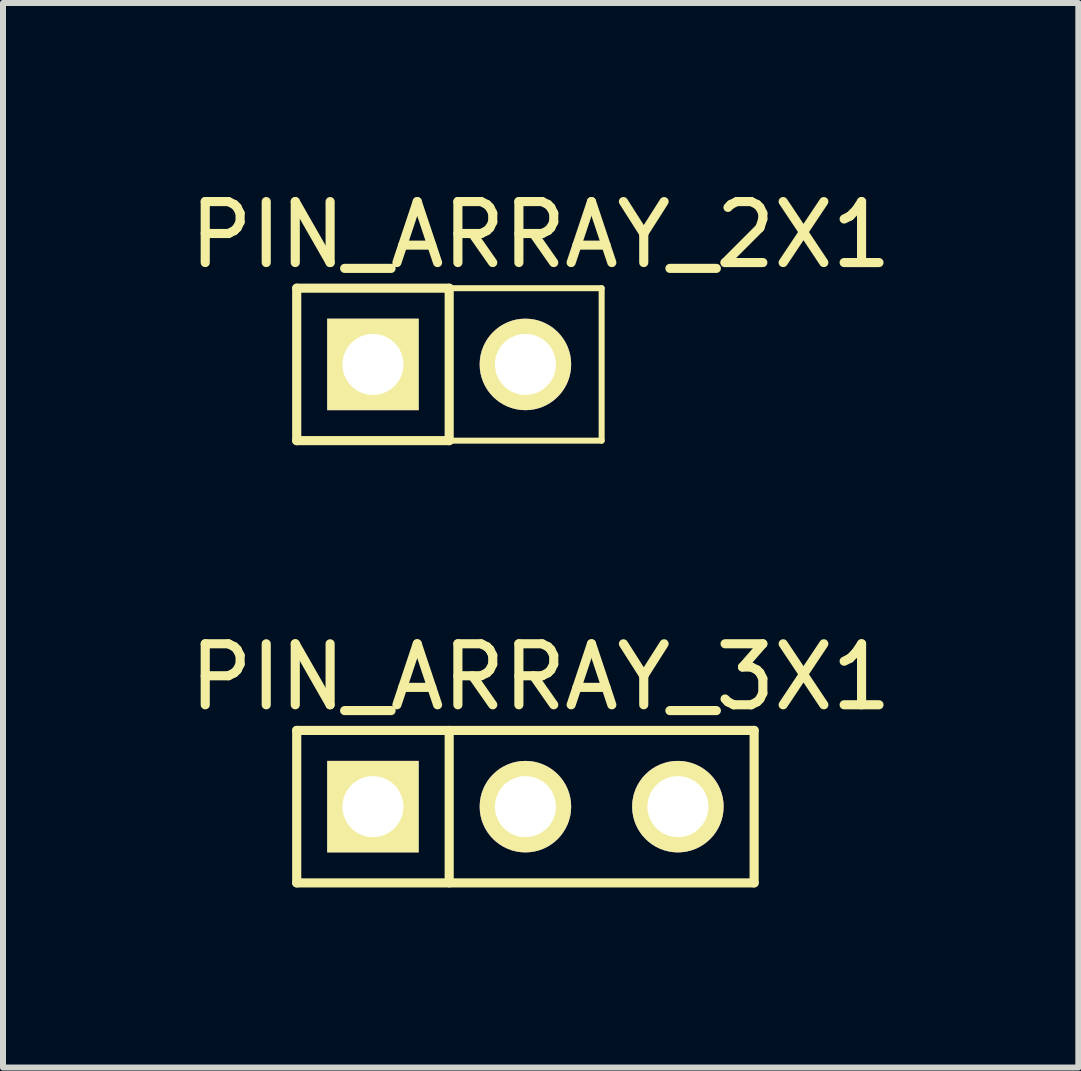
<source format=kicad_pcb>
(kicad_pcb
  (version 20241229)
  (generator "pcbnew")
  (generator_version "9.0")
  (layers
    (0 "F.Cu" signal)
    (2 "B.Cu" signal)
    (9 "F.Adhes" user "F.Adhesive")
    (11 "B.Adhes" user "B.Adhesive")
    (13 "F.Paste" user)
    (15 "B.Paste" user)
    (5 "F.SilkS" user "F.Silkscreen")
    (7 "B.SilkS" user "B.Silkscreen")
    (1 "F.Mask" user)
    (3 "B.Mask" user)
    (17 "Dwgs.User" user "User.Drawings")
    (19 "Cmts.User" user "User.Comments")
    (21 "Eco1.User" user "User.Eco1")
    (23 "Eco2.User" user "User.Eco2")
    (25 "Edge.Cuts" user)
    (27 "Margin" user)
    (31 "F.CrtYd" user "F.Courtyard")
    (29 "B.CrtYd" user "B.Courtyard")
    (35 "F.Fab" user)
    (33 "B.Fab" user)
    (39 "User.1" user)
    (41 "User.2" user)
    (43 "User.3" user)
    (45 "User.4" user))
  (footprint "PIN_ARRAY_2X1"
    (layer "F.Cu")
    (at 5.703 3.021)
    (property "Reference" "PIN_ARRAY_2X1" (at 0.254 -2.159 0) (layer "F.SilkS") (effects (font (size 1.016 1.016) (thickness 0.152))))
    (attr through_hole)
    (fp_line (start -3.81 -1.27) (end -1.27 -1.27) (stroke (width 0.152) (type solid)) (layer "F.SilkS"))
    (fp_line (start -3.81 1.27) (end -3.81 -1.27) (stroke (width 0.152) (type solid)) (layer "F.SilkS"))
    (fp_line (start -3.81 1.27) (end -1.27 1.27) (stroke (width 0.152) (type solid)) (layer "F.SilkS"))
    (fp_line (start -1.27 -1.27) (end -1.27 1.27) (stroke (width 0.152) (type solid)) (layer "F.SilkS"))
    (fp_line (start -1.27 -1.27) (end 1.27 -1.27) (stroke (width 0.1) (type solid)) (layer "F.SilkS"))
    (fp_line (start -1.27 1.27) (end 1.27 1.27) (stroke (width 0.1) (type solid)) (layer "F.SilkS"))
    (fp_line (start 1.27 -1.27) (end 1.27 1.27) (stroke (width 0.1) (type solid)) (layer "F.SilkS"))
    (pad "1" thru_hole rect (at -2.54 0) (size 1.524 1.524) (drill 1.016) (layers "*.Cu" "*.Mask" "F.SilkS"))
    (pad "2" thru_hole circle (at 0 0) (size 1.524 1.524) (drill 1.016) (layers "*.Cu" "*.Mask" "F.SilkS")))
  (footprint "PIN_ARRAY_3X1"
    (layer "F.Cu")
    (at 5.703 10.388)
    (property "Reference" "PIN_ARRAY_3X1" (at 0.254 -2.159 0) (layer "F.SilkS") (effects (font (size 1.016 1.016) (thickness 0.152))))
    (attr through_hole)
    (fp_line (start -3.81 -1.27) (end 3.81 -1.27) (stroke (width 0.152) (type solid)) (layer "F.SilkS"))
    (fp_line (start -3.81 1.27) (end -3.81 -1.27) (stroke (width 0.152) (type solid)) (layer "F.SilkS"))
    (fp_line (start -1.27 -1.27) (end -1.27 1.27) (stroke (width 0.152) (type solid)) (layer "F.SilkS"))
    (fp_line (start 3.81 -1.27) (end 3.81 1.27) (stroke (width 0.152) (type solid)) (layer "F.SilkS"))
    (fp_line (start 3.81 1.27) (end -3.81 1.27) (stroke (width 0.152) (type solid)) (layer "F.SilkS"))
    (pad "1" thru_hole rect (at -2.54 0) (size 1.524 1.524) (drill 1.016) (layers "*.Cu" "*.Mask" "F.SilkS"))
    (pad "2" thru_hole circle (at 0 0) (size 1.524 1.524) (drill 1.016) (layers "*.Cu" "*.Mask" "F.SilkS"))
    (pad "3" thru_hole circle (at 2.54 0) (size 1.524 1.524) (drill 1.016) (layers "*.Cu" "*.Mask" "F.SilkS")))
  (gr_rect
    (start -3 -3)
    (end 14.914 14.734)
    (stroke (width 0.1) (type default))
    (fill no)
    (layer "Edge.Cuts")))
</source>
